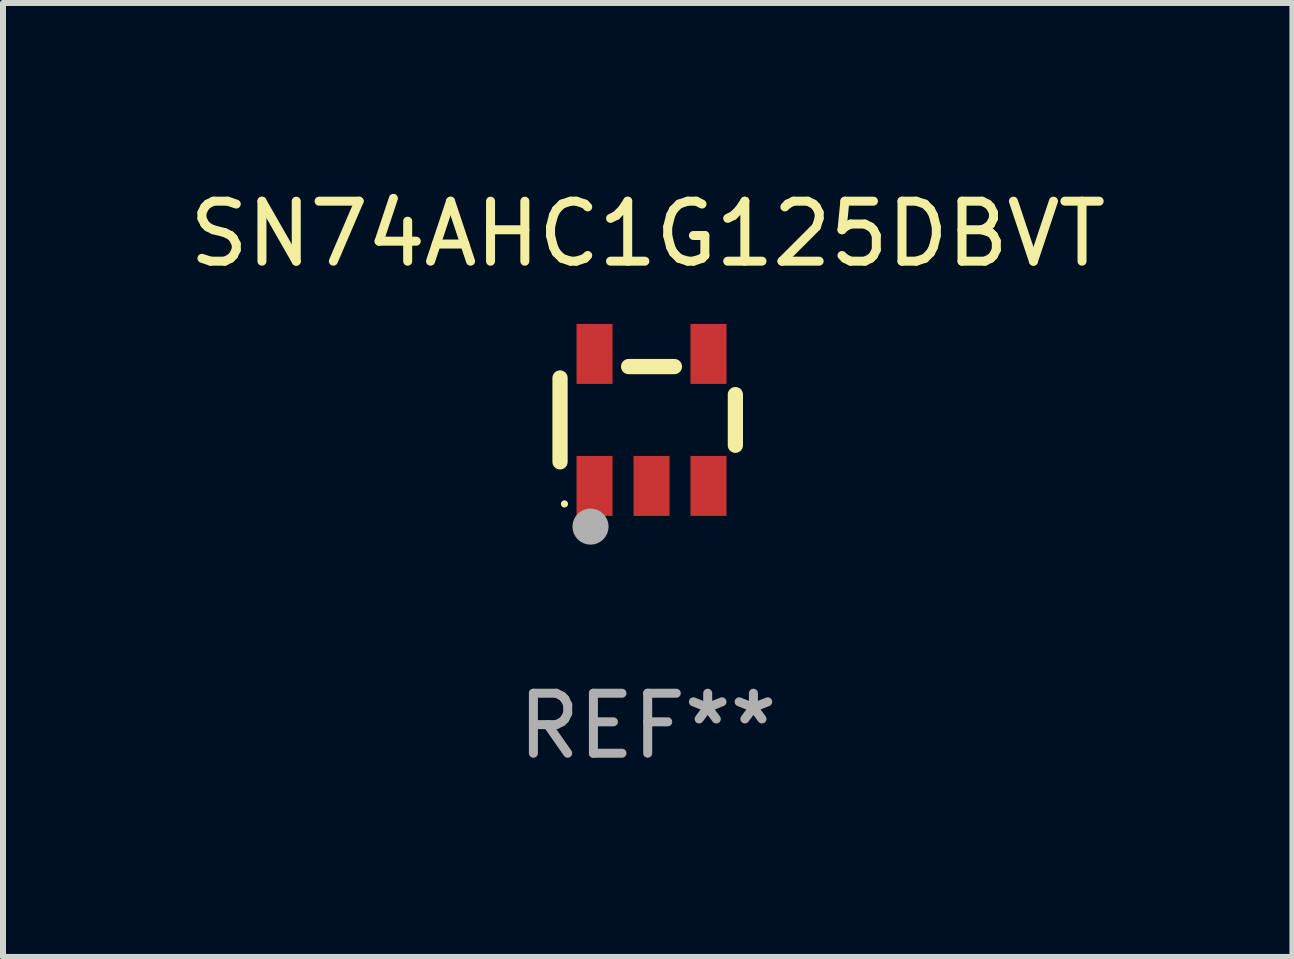
<source format=kicad_pcb>
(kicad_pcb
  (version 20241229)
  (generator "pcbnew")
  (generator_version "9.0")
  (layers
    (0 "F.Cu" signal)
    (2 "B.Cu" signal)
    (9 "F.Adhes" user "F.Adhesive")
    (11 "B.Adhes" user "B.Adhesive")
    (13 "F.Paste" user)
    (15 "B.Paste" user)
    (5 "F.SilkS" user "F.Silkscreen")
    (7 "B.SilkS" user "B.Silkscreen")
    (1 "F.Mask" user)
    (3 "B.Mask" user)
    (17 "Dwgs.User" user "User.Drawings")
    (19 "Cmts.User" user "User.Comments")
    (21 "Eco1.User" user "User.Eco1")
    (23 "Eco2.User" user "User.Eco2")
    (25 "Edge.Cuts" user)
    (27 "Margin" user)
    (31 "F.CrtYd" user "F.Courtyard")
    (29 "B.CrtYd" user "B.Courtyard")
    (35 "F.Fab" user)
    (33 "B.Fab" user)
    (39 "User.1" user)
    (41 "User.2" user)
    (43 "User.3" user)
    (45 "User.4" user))
  (footprint "SN74AHC1G125DBVT"
    (layer "F.Cu")
    (at 7.744 3.948)
    (property "Reference" "SN74AHC1G125DBVT" (at 0 -3.1 0) (layer "F.SilkS") (effects (font (size 1 1) (thickness 0.15))))
    (attr through_hole)
    (fp_line (start -1.461 -0.699) (end -1.461 0.699) (stroke (width 0.254) (type solid)) (layer "F.SilkS"))
    (fp_line (start -0.318 -0.889) (end 0.445 -0.889) (stroke (width 0.254) (type solid)) (layer "F.SilkS"))
    (fp_line (start 1.461 -0.422) (end 1.461 0.422) (stroke (width 0.254) (type solid)) (layer "F.SilkS"))
    (fp_circle (center -1.387 1.4) (end -1.357 1.4) (stroke (width 0.06) (type solid)) (fill no) (layer "F.SilkS"))
    (fp_circle (center -0.953 1.778) (end -0.802 1.778) (stroke (width 0.3) (type solid)) (fill no) (layer "F.Fab"))
    (fp_text user "REF**" (at 0 5.1 0) (layer "F.Fab") (effects (font (size 1 1) (thickness 0.15))))
    (pad "1" smd rect (at -0.886 1.1) (size 0.6 1) (layers "F.Cu" "F.Mask" "F.Paste"))
    (pad "2" smd rect (at 0.064 1.1) (size 0.6 1) (layers "F.Cu" "F.Mask" "F.Paste"))
    (pad "3" smd rect (at 1.013 1.1) (size 0.6 1) (layers "F.Cu" "F.Mask" "F.Paste"))
    (pad "4" smd rect (at 1.013 -1.1) (size 0.6 1) (layers "F.Cu" "F.Mask" "F.Paste"))
    (pad "5" smd rect (at -0.886 -1.1) (size 0.6 1) (layers "F.Cu" "F.Mask" "F.Paste")))
  (gr_rect
    (start -3 -3)
    (end 18.488 12.897)
    (stroke (width 0.1) (type default))
    (fill no)
    (layer "Edge.Cuts")))
</source>
